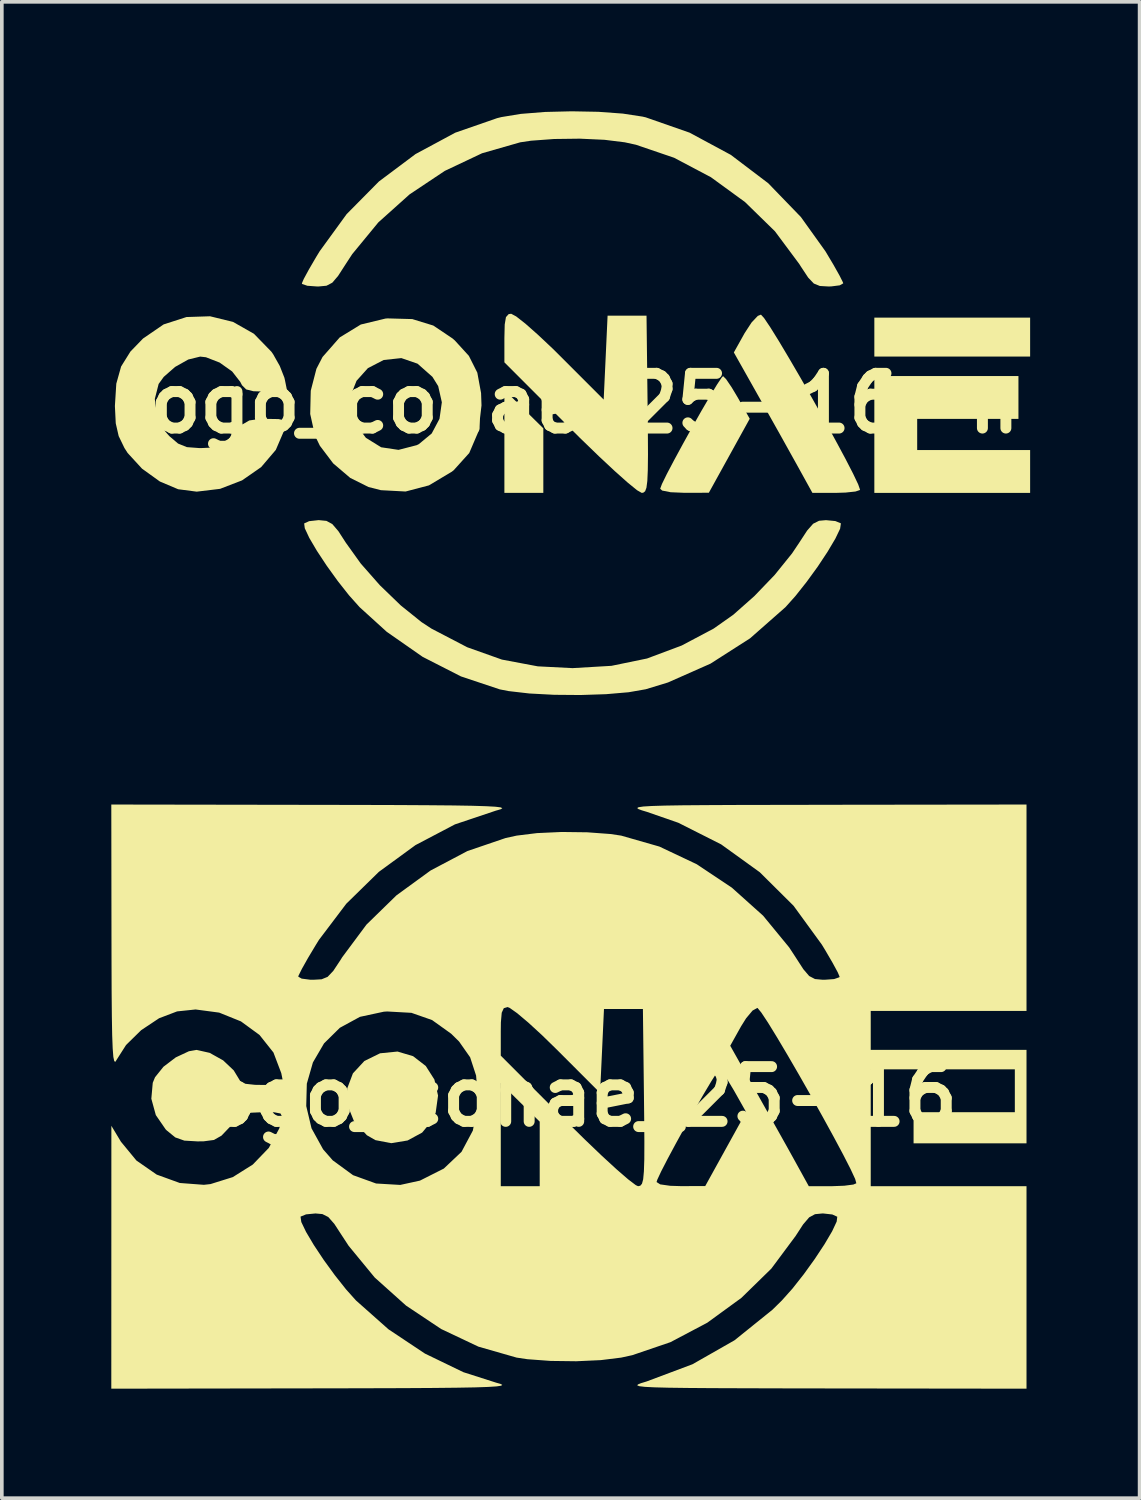
<source format=kicad_pcb>
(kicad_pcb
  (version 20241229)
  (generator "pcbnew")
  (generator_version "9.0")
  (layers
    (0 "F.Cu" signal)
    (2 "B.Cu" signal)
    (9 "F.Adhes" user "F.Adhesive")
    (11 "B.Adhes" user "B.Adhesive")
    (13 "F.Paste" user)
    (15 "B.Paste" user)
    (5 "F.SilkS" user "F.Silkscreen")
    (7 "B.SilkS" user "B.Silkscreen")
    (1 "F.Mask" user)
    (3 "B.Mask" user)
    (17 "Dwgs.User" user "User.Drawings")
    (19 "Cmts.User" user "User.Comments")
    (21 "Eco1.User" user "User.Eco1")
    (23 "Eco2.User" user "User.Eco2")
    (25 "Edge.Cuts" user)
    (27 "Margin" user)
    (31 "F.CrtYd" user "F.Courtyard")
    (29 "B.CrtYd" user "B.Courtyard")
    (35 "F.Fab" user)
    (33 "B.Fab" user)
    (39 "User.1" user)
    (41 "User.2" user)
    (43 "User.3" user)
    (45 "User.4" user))
  (footprint "logo_conae_25-16"
    (layer "F.Cu")
    (at 12.487 27.001)
    (property "Reference" "logo_conae_25-16" (at 0 0 0) (layer "F.SilkS") (effects (font (size 1.5 1.5) (thickness 0.3))))
    (attr board_only exclude_from_pos_files exclude_from_bom)
    (fp_poly (pts (xy -4.217 -1.108) (xy -3.87 -0.84) (xy -3.633 -0.468) (xy -3.533 -0.029) (xy -3.598 0.442) (xy -3.684 0.644) (xy -3.969 0.986) (xy -4.367 1.202) (xy -4.815 1.276) (xy -5.249 1.193) (xy -5.484 1.058) (xy -5.839 0.668) (xy -6.016 0.227) (xy -6.023 -0.222) (xy -5.866 -0.637) (xy -5.552 -0.976) (xy -5.122 -1.187) (xy -4.643 -1.235)) (stroke (width 0) (type solid)) (fill yes) (layer "F.SilkS"))
    (fp_poly (pts (xy 12.593 -5.176) (xy 12.593 -2.348) (xy 10.459 -2.348) (xy 8.324 -2.348) (xy 8.324 -1.814) (xy 8.324 -1.281) (xy 10.459 -1.281) (xy 12.593 -1.281) (xy 12.593 0) (xy 12.593 1.281) (xy 11.046 1.281) (xy 9.498 1.281) (xy 9.498 0.854) (xy 9.498 0.427) (xy 10.886 0.427) (xy 12.273 0.427) (xy 12.273 -0.16) (xy 12.273 -0.747) (xy 10.299 -0.747) (xy 8.324 -0.747) (xy 8.324 0.854) (xy 8.324 2.455) (xy 10.459 2.455) (xy 12.593 2.455) (xy 12.593 5.229) (xy 12.593 8.004) (xy 7.07 7.997) (xy 5.846 7.995) (xy 4.82 7.992) (xy 3.978 7.989) (xy 3.303 7.984) (xy 2.782 7.977) (xy 2.399 7.967) (xy 2.138 7.954) (xy 1.986 7.936) (xy 1.926 7.914) (xy 1.944 7.887) (xy 2.025 7.854) (xy 2.153 7.815) (xy 2.188 7.804) (xy 3.44 7.334) (xy 4.592 6.677) (xy 5.63 5.841) (xy 5.889 5.586) (xy 6.18 5.26) (xy 6.489 4.868) (xy 6.79 4.45) (xy 7.058 4.044) (xy 7.267 3.689) (xy 7.391 3.424) (xy 7.407 3.292) (xy 7.272 3.23) (xy 7.02 3.202) (xy 6.999 3.202) (xy 6.797 3.222) (xy 6.637 3.309) (xy 6.47 3.504) (xy 6.265 3.82) (xy 5.6 4.714) (xy 4.78 5.515) (xy 3.845 6.196) (xy 2.836 6.729) (xy 1.792 7.085) (xy 1.486 7.152) (xy 0.929 7.221) (xy 0.253 7.252) (xy -0.449 7.243) (xy -1.085 7.196) (xy -1.38 7.152) (xy -2.426 6.852) (xy -3.449 6.368) (xy -4.41 5.727) (xy -5.268 4.958) (xy -5.983 4.089) (xy -6.159 3.82) (xy -6.376 3.487) (xy -6.541 3.3) (xy -6.702 3.219) (xy -6.892 3.202) (xy -7.15 3.227) (xy -7.297 3.287) (xy -7.301 3.292) (xy -7.28 3.437) (xy -7.15 3.708) (xy -6.937 4.067) (xy -6.666 4.475) (xy -6.363 4.892) (xy -6.055 5.281) (xy -5.782 5.586) (xy -4.891 6.377) (xy -3.892 7.042) (xy -2.838 7.552) (xy -1.941 7.839) (xy -1.824 7.872) (xy -1.773 7.899) (xy -1.803 7.922) (xy -1.928 7.941) (xy -2.162 7.956) (xy -2.521 7.968) (xy -3.018 7.977) (xy -3.669 7.984) (xy -4.487 7.989) (xy -5.486 7.992) (xy -6.683 7.995) (xy -6.91 7.995) (xy -12.487 8.004) (xy -12.486 4.402) (xy -12.485 0.8) (xy -12.223 1.236) (xy -11.798 1.752) (xy -11.243 2.137) (xy -10.61 2.367) (xy -9.95 2.417) (xy -9.769 2.397) (xy -9.158 2.206) (xy -8.61 1.862) (xy -8.17 1.405) (xy -7.885 0.874) (xy -7.839 0.72) (xy -7.807 0.55) (xy -7.85 0.463) (xy -8.015 0.431) (xy -8.328 0.427) (xy -8.675 0.442) (xy -8.903 0.513) (xy -9.106 0.684) (xy -9.235 0.827) (xy -9.466 1.069) (xy -9.674 1.188) (xy -9.956 1.225) (xy -10.124 1.227) (xy -10.485 1.206) (xy -10.734 1.118) (xy -10.97 0.925) (xy -10.998 0.897) (xy -11.267 0.506) (xy -11.335 0.259) (xy -7.145 0.259) (xy -7 0.869) (xy -6.683 1.444) (xy -6.418 1.747) (xy -5.862 2.153) (xy -5.231 2.381) (xy -4.569 2.42) (xy -4.029 2.302) (xy -3.375 1.972) (xy -2.89 1.513) (xy -2.64 1.045) (xy -1.814 1.045) (xy -1.814 2.455) (xy -1.281 2.455) (xy -0.747 2.455) (xy -0.747 1.57) (xy -0.747 0.686) (xy -1.281 0.16) (xy -1.814 -0.366) (xy -1.814 1.045) (xy -2.64 1.045) (xy -2.579 0.93) (xy -2.446 0.232) (xy -2.441 0.057) (xy -2.49 -0.576) (xy -2.654 -1.078) (xy -2.958 -1.511) (xy -3.171 -1.721) (xy -3.265 -1.789) (xy -1.814 -1.789) (xy -1.814 -1.123) (xy -0.028 0.666) (xy 0.484 1.17) (xy 0.954 1.62) (xy 1.36 1.993) (xy 1.679 2.269) (xy 1.886 2.426) (xy 1.949 2.455) (xy 2.009 2.442) (xy 2.055 2.388) (xy 2.068 2.341) (xy 2.455 2.341) (xy 2.555 2.405) (xy 2.829 2.444) (xy 3.122 2.453) (xy 3.789 2.451) (xy 4.349 1.437) (xy 4.909 0.423) (xy 4.579 -0.162) (xy 4.397 -0.465) (xy 4.251 -0.676) (xy 4.179 -0.745) (xy 4.105 -0.656) (xy 3.953 -0.416) (xy 3.743 -0.064) (xy 3.498 0.362) (xy 3.237 0.825) (xy 2.984 1.285) (xy 2.758 1.706) (xy 2.582 2.048) (xy 2.476 2.275) (xy 2.455 2.341) (xy 2.068 2.341) (xy 2.088 2.266) (xy 2.108 2.051) (xy 2.119 1.718) (xy 2.121 1.24) (xy 2.116 0.592) (xy 2.11 0.027) (xy 2.093 -1.394) (xy 4.474 -1.394) (xy 5.152 -0.19) (xy 5.455 0.349) (xy 5.764 0.9) (xy 6.041 1.395) (xy 6.229 1.734) (xy 6.627 2.455) (xy 7.256 2.455) (xy 7.6 2.442) (xy 7.847 2.41) (xy 7.93 2.375) (xy 7.897 2.256) (xy 7.771 1.985) (xy 7.57 1.592) (xy 7.311 1.107) (xy 7.011 0.56) (xy 6.689 -0.017) (xy 6.36 -0.595) (xy 6.042 -1.143) (xy 5.752 -1.631) (xy 5.508 -2.028) (xy 5.326 -2.303) (xy 5.225 -2.426) (xy 5.217 -2.43) (xy 5.087 -2.359) (xy 4.908 -2.145) (xy 4.771 -1.926) (xy 4.474 -1.394) (xy 2.093 -1.394) (xy 2.081 -2.401) (xy 1.547 -2.401) (xy 1.014 -2.401) (xy 0.961 -1.252) (xy 0.907 -0.102) (xy -0.267 -1.277) (xy -0.683 -1.683) (xy -1.059 -2.028) (xy -1.365 -2.286) (xy -1.57 -2.431) (xy -1.628 -2.454) (xy -1.731 -2.423) (xy -1.788 -2.299) (xy -1.811 -2.035) (xy -1.814 -1.789) (xy -3.265 -1.789) (xy -3.697 -2.098) (xy -4.263 -2.296) (xy -4.927 -2.333) (xy -5.018 -2.327) (xy -5.673 -2.186) (xy -6.224 -1.886) (xy -6.657 -1.459) (xy -6.962 -0.937) (xy -7.129 -0.354) (xy -7.145 0.259) (xy -11.335 0.259) (xy -11.39 0.057) (xy -11.351 -0.379) (xy -11.289 -0.53) (xy -11.057 -0.819) (xy -10.72 -1.075) (xy -10.361 -1.243) (xy -10.15 -1.28) (xy -9.791 -1.199) (xy -9.422 -0.993) (xy -9.133 -0.72) (xy -9.052 -0.587) (xy -8.957 -0.431) (xy -8.811 -0.351) (xy -8.551 -0.323) (xy -8.347 -0.32) (xy -7.764 -0.32) (xy -7.829 -0.643) (xy -8.044 -1.209) (xy -8.426 -1.69) (xy -8.934 -2.061) (xy -9.531 -2.302) (xy -10.178 -2.388) (xy -10.684 -2.335) (xy -11.178 -2.147) (xy -11.668 -1.821) (xy -12.082 -1.415) (xy -12.338 -1.014) (xy -12.376 -0.953) (xy -12.406 -0.972) (xy -12.431 -1.088) (xy -12.449 -1.32) (xy -12.463 -1.685) (xy -12.472 -2.2) (xy -12.478 -2.883) (xy -12.481 -3.752) (xy -12.482 -4.349) (xy -12.487 -8.004) (xy -6.91 -7.995) (xy -5.679 -7.993) (xy -4.646 -7.99) (xy -3.798 -7.985) (xy -3.119 -7.979) (xy -2.597 -7.97) (xy -2.215 -7.958) (xy -1.96 -7.944) (xy -1.817 -7.926) (xy -1.772 -7.904) (xy -1.81 -7.877) (xy -1.917 -7.845) (xy -1.941 -7.839) (xy -3.07 -7.46) (xy -4.151 -6.892) (xy -5.155 -6.159) (xy -6.047 -5.286) (xy -6.796 -4.296) (xy -6.876 -4.167) (xy -7.096 -3.8) (xy -7.264 -3.501) (xy -7.355 -3.318) (xy -7.364 -3.287) (xy -7.269 -3.233) (xy -7.034 -3.203) (xy -6.952 -3.202) (xy -6.724 -3.215) (xy -6.559 -3.282) (xy -6.404 -3.445) (xy -6.206 -3.744) (xy -6.159 -3.82) (xy -5.494 -4.714) (xy -4.673 -5.515) (xy -3.738 -6.196) (xy -2.729 -6.729) (xy -1.685 -7.085) (xy -1.38 -7.152) (xy -0.822 -7.221) (xy -0.146 -7.252) (xy 0.556 -7.243) (xy 1.191 -7.196) (xy 1.486 -7.152) (xy 2.533 -6.852) (xy 3.556 -6.368) (xy 4.517 -5.727) (xy 5.375 -4.958) (xy 6.089 -4.089) (xy 6.265 -3.82) (xy 6.478 -3.491) (xy 6.637 -3.305) (xy 6.796 -3.222) (xy 7.008 -3.202) (xy 7.059 -3.202) (xy 7.321 -3.221) (xy 7.462 -3.27) (xy 7.471 -3.287) (xy 7.418 -3.41) (xy 7.278 -3.668) (xy 7.077 -4.013) (xy 6.983 -4.167) (xy 6.209 -5.23) (xy 5.283 -6.149) (xy 4.225 -6.912) (xy 3.052 -7.504) (xy 2.188 -7.804) (xy 2.051 -7.845) (xy 1.958 -7.88) (xy 1.924 -7.908) (xy 1.964 -7.931) (xy 2.094 -7.95) (xy 2.328 -7.964) (xy 2.681 -7.975) (xy 3.169 -7.983) (xy 3.806 -7.988) (xy 4.609 -7.992) (xy 5.59 -7.994) (xy 6.767 -7.996) (xy 7.07 -7.997) (xy 12.593 -8.004)) (stroke (width 0) (type solid)) (fill yes) (layer "F.SilkS")))
  (footprint "logo_conae_25-16-n"
    (layer "F.Cu")
    (at 12.586 8.002)
    (property "Reference" "logo_conae_25-16-n" (at 0 0 0) (layer "F.SilkS") (effects (font (size 1.5 1.5) (thickness 0.3))))
    (attr board_only exclude_from_pos_files exclude_from_bom)
    (fp_poly (pts (xy -1.281 0.16) (xy -0.747 0.686) (xy -0.747 1.57) (xy -0.747 2.455) (xy -1.281 2.455) (xy -1.814 2.455) (xy -1.814 1.045) (xy -1.814 -0.366)) (stroke (width 0) (type solid)) (fill yes) (layer "F.SilkS"))
    (fp_poly (pts (xy 12.593 -1.814) (xy 12.593 -1.281) (xy 10.459 -1.281) (xy 8.324 -1.281) (xy 8.324 -1.814) (xy 8.324 -2.348) (xy 10.459 -2.348) (xy 12.593 -2.348)) (stroke (width 0) (type solid)) (fill yes) (layer "F.SilkS"))
    (fp_poly (pts (xy 12.273 -0.16) (xy 12.273 0.427) (xy 10.886 0.427) (xy 9.498 0.427) (xy 9.498 0.854) (xy 9.498 1.281) (xy 11.046 1.281) (xy 12.593 1.281) (xy 12.593 1.868) (xy 12.593 2.455) (xy 10.459 2.455) (xy 8.324 2.455) (xy 8.324 0.854) (xy 8.324 -0.747) (xy 10.299 -0.747) (xy 12.273 -0.747)) (stroke (width 0) (type solid)) (fill yes) (layer "F.SilkS"))
    (fp_poly (pts (xy 4.263 -0.66) (xy 4.414 -0.438) (xy 4.579 -0.162) (xy 4.909 0.423) (xy 4.349 1.437) (xy 3.789 2.451) (xy 3.122 2.453) (xy 2.743 2.437) (xy 2.51 2.391) (xy 2.455 2.341) (xy 2.504 2.21) (xy 2.637 1.938) (xy 2.834 1.564) (xy 3.072 1.125) (xy 3.33 0.659) (xy 3.587 0.205) (xy 3.823 -0.199) (xy 4.014 -0.516) (xy 4.141 -0.706) (xy 4.179 -0.745)) (stroke (width 0) (type solid)) (fill yes) (layer "F.SilkS"))
    (fp_poly (pts (xy 5.304 -2.334) (xy 5.474 -2.081) (xy 5.71 -1.701) (xy 5.993 -1.226) (xy 6.308 -0.686) (xy 6.636 -0.11) (xy 6.961 0.469) (xy 7.265 1.023) (xy 7.532 1.52) (xy 7.743 1.93) (xy 7.882 2.223) (xy 7.932 2.367) (xy 7.93 2.375) (xy 7.808 2.417) (xy 7.536 2.446) (xy 7.256 2.455) (xy 6.627 2.455) (xy 6.229 1.734) (xy 6.014 1.348) (xy 5.733 0.843) (xy 5.422 0.29) (xy 5.152 -0.19) (xy 4.474 -1.394) (xy 4.771 -1.926) (xy 4.96 -2.215) (xy 5.13 -2.395) (xy 5.217 -2.43)) (stroke (width 0) (type solid)) (fill yes) (layer "F.SilkS"))
    (fp_poly (pts (xy -1.491 -2.381) (xy -1.236 -2.181) (xy -0.895 -1.879) (xy -0.496 -1.504) (xy -0.267 -1.277) (xy 0.907 -0.102) (xy 0.961 -1.252) (xy 1.014 -2.401) (xy 1.547 -2.401) (xy 2.081 -2.401) (xy 2.11 0.027) (xy 2.118 0.808) (xy 2.121 1.402) (xy 2.116 1.833) (xy 2.103 2.128) (xy 2.079 2.312) (xy 2.043 2.41) (xy 1.993 2.449) (xy 1.949 2.455) (xy 1.822 2.382) (xy 1.57 2.177) (xy 1.216 1.862) (xy 0.783 1.458) (xy 0.294 0.985) (xy -0.028 0.666) (xy -1.814 -1.123) (xy -1.814 -1.789) (xy -1.805 -2.159) (xy -1.771 -2.362) (xy -1.697 -2.444) (xy -1.628 -2.454)) (stroke (width 0) (type solid)) (fill yes) (layer "F.SilkS"))
    (fp_poly (pts (xy -4.338 -2.308) (xy -3.762 -2.131) (xy -3.235 -1.777) (xy -3.171 -1.721) (xy -2.787 -1.3) (xy -2.556 -0.84) (xy -2.453 -0.28) (xy -2.441 0.057) (xy -2.525 0.773) (xy -2.777 1.362) (xy -3.202 1.833) (xy -3.254 1.874) (xy -3.882 2.249) (xy -4.521 2.417) (xy -5.197 2.381) (xy -5.538 2.294) (xy -6.039 2.044) (xy -6.505 1.647) (xy -6.87 1.164) (xy -7.003 0.89) (xy -7.135 0.294) (xy -7.124 -0.196) (xy -6.032 -0.196) (xy -6.029 0.25) (xy -5.935 0.511) (xy -5.609 0.946) (xy -5.191 1.205) (xy -4.715 1.276) (xy -4.216 1.147) (xy -4.159 1.119) (xy -3.806 0.827) (xy -3.592 0.425) (xy -3.528 -0.028) (xy -3.628 -0.471) (xy -3.786 -0.725) (xy -4.194 -1.086) (xy -4.638 -1.239) (xy -5.122 -1.187) (xy -5.555 -0.963) (xy -5.866 -0.616) (xy -6.032 -0.196) (xy -7.124 -0.196) (xy -7.12 -0.345) (xy -6.965 -0.945) (xy -6.797 -1.27) (xy -6.326 -1.806) (xy -5.749 -2.159) (xy -5.074 -2.322) (xy -5.018 -2.327)) (stroke (width 0) (type solid)) (fill yes) (layer "F.SilkS"))
    (fp_poly (pts (xy 0.764 -7.988) (xy 1.432 -7.939) (xy 1.969 -7.857) (xy 2.06 -7.836) (xy 3.263 -7.416) (xy 4.391 -6.808) (xy 5.416 -6.031) (xy 6.312 -5.104) (xy 6.983 -4.167) (xy 7.202 -3.8) (xy 7.37 -3.501) (xy 7.462 -3.318) (xy 7.471 -3.287) (xy 7.376 -3.233) (xy 7.141 -3.203) (xy 7.059 -3.202) (xy 6.831 -3.215) (xy 6.666 -3.282) (xy 6.511 -3.445) (xy 6.313 -3.744) (xy 6.265 -3.82) (xy 5.6 -4.714) (xy 4.78 -5.515) (xy 3.845 -6.196) (xy 2.836 -6.729) (xy 1.792 -7.085) (xy 1.486 -7.152) (xy 0.929 -7.221) (xy 0.253 -7.252) (xy -0.449 -7.243) (xy -1.085 -7.196) (xy -1.38 -7.152) (xy -2.426 -6.852) (xy -3.449 -6.368) (xy -4.41 -5.727) (xy -5.268 -4.958) (xy -5.983 -4.089) (xy -6.159 -3.82) (xy -6.371 -3.491) (xy -6.53 -3.305) (xy -6.689 -3.222) (xy -6.901 -3.202) (xy -6.952 -3.202) (xy -7.214 -3.221) (xy -7.356 -3.27) (xy -7.364 -3.287) (xy -7.311 -3.41) (xy -7.171 -3.668) (xy -6.97 -4.013) (xy -6.876 -4.167) (xy -6.137 -5.184) (xy -5.252 -6.079) (xy -4.249 -6.83) (xy -3.16 -7.416) (xy -2.014 -7.814) (xy -1.894 -7.844) (xy -1.364 -7.931) (xy -0.701 -7.984) (xy 0.031 -8.002)) (stroke (width 0) (type solid)) (fill yes) (layer "F.SilkS"))
    (fp_poly (pts (xy 7.256 3.227) (xy 7.403 3.287) (xy 7.407 3.292) (xy 7.386 3.437) (xy 7.256 3.708) (xy 7.043 4.067) (xy 6.773 4.475) (xy 6.47 4.892) (xy 6.162 5.281) (xy 5.889 5.586) (xy 4.919 6.44) (xy 3.833 7.135) (xy 2.669 7.65) (xy 2.06 7.836) (xy 1.59 7.918) (xy 0.973 7.971) (xy 0.271 7.994) (xy -0.45 7.988) (xy -1.129 7.952) (xy -1.701 7.886) (xy -1.941 7.839) (xy -3.004 7.484) (xy -4.054 6.948) (xy -5.039 6.261) (xy -5.782 5.586) (xy -6.073 5.26) (xy -6.382 4.868) (xy -6.683 4.45) (xy -6.951 4.044) (xy -7.16 3.689) (xy -7.284 3.424) (xy -7.301 3.292) (xy -7.165 3.23) (xy -6.913 3.202) (xy -6.892 3.202) (xy -6.69 3.222) (xy -6.53 3.309) (xy -6.363 3.504) (xy -6.159 3.82) (xy -5.749 4.392) (xy -5.227 4.985) (xy -4.653 5.539) (xy -4.086 5.995) (xy -3.813 6.174) (xy -2.832 6.685) (xy -1.882 7.023) (xy -0.899 7.208) (xy 0.053 7.257) (xy 1.12 7.194) (xy 2.096 6.993) (xy 3.046 6.637) (xy 3.92 6.174) (xy 4.459 5.794) (xy 5.036 5.283) (xy 5.593 4.703) (xy 6.069 4.113) (xy 6.265 3.82) (xy 6.483 3.487) (xy 6.647 3.3) (xy 6.809 3.219) (xy 6.999 3.202)) (stroke (width 0) (type solid)) (fill yes) (layer "F.SilkS"))
    (fp_poly (pts (xy -9.251 -2.231) (xy -8.678 -1.906) (xy -8.2 -1.415) (xy -8.152 -1.347) (xy -7.969 -1.023) (xy -7.843 -0.703) (xy -7.829 -0.643) (xy -7.764 -0.32) (xy -8.347 -0.32) (xy -8.693 -0.331) (xy -8.891 -0.381) (xy -9.004 -0.495) (xy -9.052 -0.587) (xy -9.274 -0.872) (xy -9.617 -1.116) (xy -9.992 -1.262) (xy -10.15 -1.28) (xy -10.477 -1.2) (xy -10.838 -0.997) (xy -11.149 -0.724) (xy -11.289 -0.53) (xy -11.394 -0.118) (xy -11.333 0.335) (xy -11.12 0.757) (xy -10.998 0.897) (xy -10.757 1.103) (xy -10.515 1.201) (xy -10.171 1.227) (xy -10.124 1.227) (xy -9.781 1.211) (xy -9.553 1.133) (xy -9.343 0.949) (xy -9.235 0.827) (xy -9.008 0.588) (xy -8.805 0.47) (xy -8.532 0.43) (xy -8.328 0.427) (xy -8.004 0.432) (xy -7.846 0.466) (xy -7.807 0.556) (xy -7.839 0.72) (xy -8.078 1.277) (xy -8.48 1.749) (xy -9.003 2.112) (xy -9.605 2.344) (xy -10.245 2.421) (xy -10.754 2.355) (xy -11.255 2.143) (xy -11.743 1.792) (xy -12.138 1.362) (xy -12.226 1.225) (xy -12.384 0.898) (xy -12.464 0.548) (xy -12.487 0.083) (xy -12.487 0.067) (xy -12.449 -0.538) (xy -12.317 -1.009) (xy -12.062 -1.418) (xy -11.717 -1.775) (xy -11.152 -2.162) (xy -10.526 -2.364) (xy -9.88 -2.385)) (stroke (width 0) (type solid)) (fill yes) (layer "F.SilkS")))
  (gr_rect
    (start -3 -3)
    (end 28.179 38.005)
    (stroke (width 0.1) (type default))
    (fill no)
    (layer "Edge.Cuts")))
</source>
